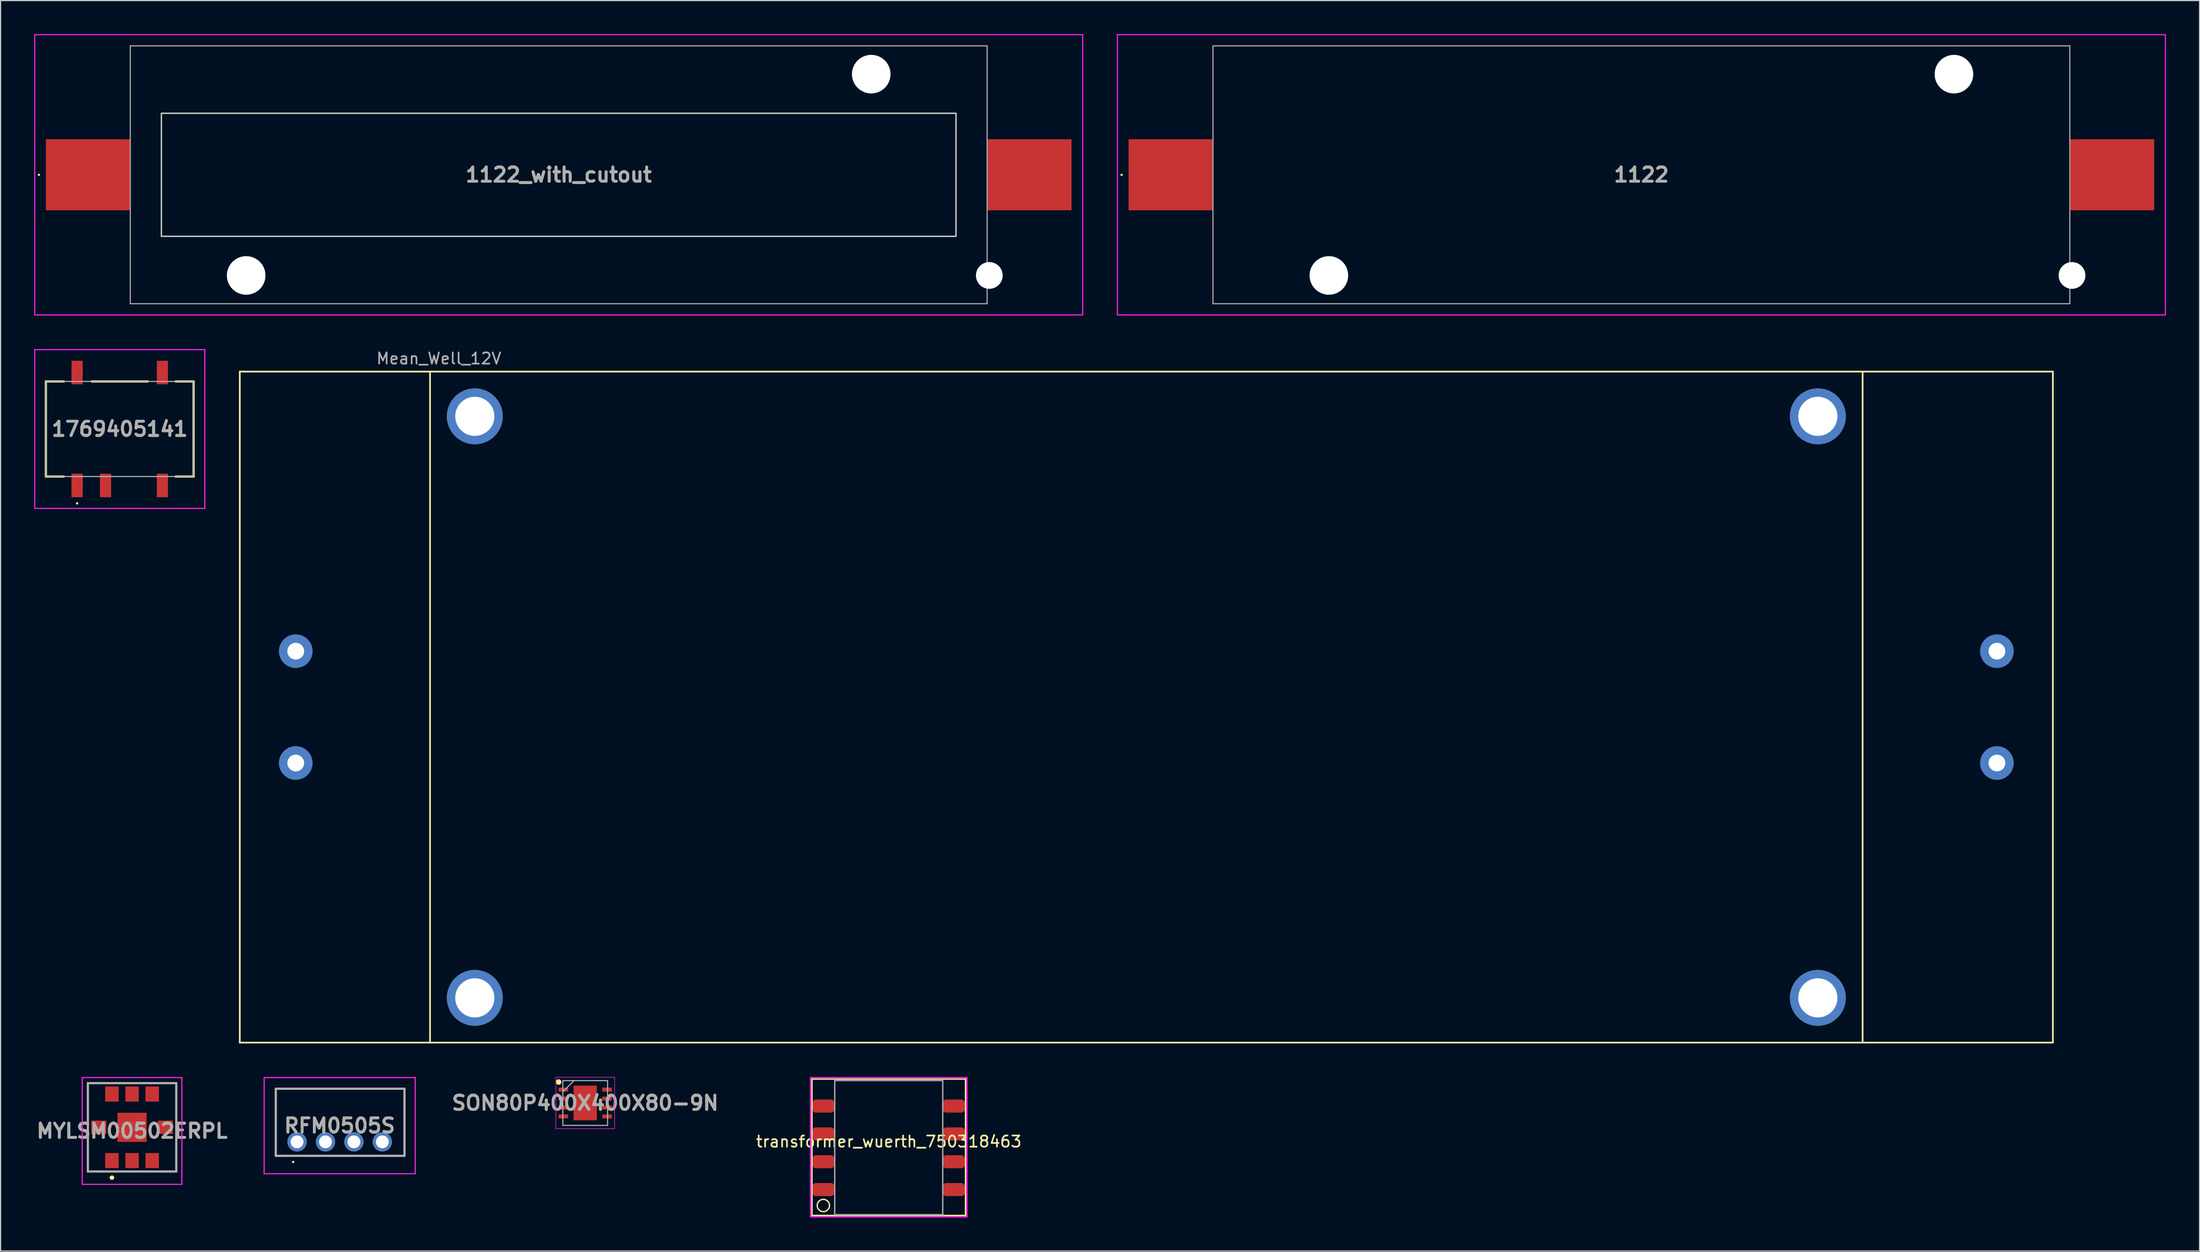
<source format=kicad_pcb>
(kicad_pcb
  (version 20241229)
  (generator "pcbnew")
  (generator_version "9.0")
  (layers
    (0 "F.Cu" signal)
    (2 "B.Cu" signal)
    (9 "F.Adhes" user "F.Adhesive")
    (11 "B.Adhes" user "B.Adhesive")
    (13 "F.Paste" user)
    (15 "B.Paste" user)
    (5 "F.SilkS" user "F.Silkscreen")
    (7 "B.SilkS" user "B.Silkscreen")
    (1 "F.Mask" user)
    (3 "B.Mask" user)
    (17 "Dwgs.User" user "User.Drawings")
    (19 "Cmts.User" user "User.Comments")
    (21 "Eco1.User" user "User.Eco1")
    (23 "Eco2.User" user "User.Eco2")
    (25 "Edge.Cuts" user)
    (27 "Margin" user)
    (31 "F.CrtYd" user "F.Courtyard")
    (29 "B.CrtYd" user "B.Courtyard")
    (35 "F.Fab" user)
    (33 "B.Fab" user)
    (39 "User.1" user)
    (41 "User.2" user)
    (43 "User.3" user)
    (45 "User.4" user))
  (footprint "SON80P400X400X80-9N"
    (layer "F.Cu")
    (at 49.239 95.577)
    (property "Reference" "SON80P400X400X80-9N" (at 0 0 0) (layer "F.SilkS") (effects (font (size 1.27 1.27) (thickness 0.254))))
    (attr smd)
    (fp_circle (center -2.375 -1.875) (end -2.375 -1.75) (stroke (width 0.25) (type solid)) (fill no) (layer "F.SilkS"))
    (fp_line (start -2.625 -2.3) (end 2.625 -2.3) (stroke (width 0.05) (type solid)) (layer "F.CrtYd"))
    (fp_line (start -2.625 2.3) (end -2.625 -2.3) (stroke (width 0.05) (type solid)) (layer "F.CrtYd"))
    (fp_line (start 2.625 -2.3) (end 2.625 2.3) (stroke (width 0.05) (type solid)) (layer "F.CrtYd"))
    (fp_line (start 2.625 2.3) (end -2.625 2.3) (stroke (width 0.05) (type solid)) (layer "F.CrtYd"))
    (fp_line (start -2 -2) (end 2 -2) (stroke (width 0.1) (type solid)) (layer "F.Fab"))
    (fp_line (start -2 -1) (end -1 -2) (stroke (width 0.1) (type solid)) (layer "F.Fab"))
    (fp_line (start -2 2) (end -2 -2) (stroke (width 0.1) (type solid)) (layer "F.Fab"))
    (fp_line (start 2 -2) (end 2 2) (stroke (width 0.1) (type solid)) (layer "F.Fab"))
    (fp_line (start 2 2) (end -2 2) (stroke (width 0.1) (type solid)) (layer "F.Fab"))
    (fp_text user "${REFERENCE}" (at 0 0 0) (layer "F.Fab") (effects (font (size 1.27 1.27) (thickness 0.254))))
    (pad "1" smd rect (at -1.95 -1.2 90) (size 0.35 0.85) (layers "F.Cu" "F.Mask" "F.Paste"))
    (pad "2" smd rect (at -1.95 -0.4 90) (size 0.35 0.85) (layers "F.Cu" "F.Mask" "F.Paste"))
    (pad "3" smd rect (at -1.95 0.4 90) (size 0.35 0.85) (layers "F.Cu" "F.Mask" "F.Paste"))
    (pad "4" smd rect (at -1.95 1.2 90) (size 0.35 0.85) (layers "F.Cu" "F.Mask" "F.Paste"))
    (pad "5" smd rect (at 1.95 1.2 90) (size 0.35 0.85) (layers "F.Cu" "F.Mask" "F.Paste"))
    (pad "6" smd rect (at 1.95 0.4 90) (size 0.35 0.85) (layers "F.Cu" "F.Mask" "F.Paste"))
    (pad "7" smd rect (at 1.95 -0.4 90) (size 0.35 0.85) (layers "F.Cu" "F.Mask" "F.Paste"))
    (pad "8" smd rect (at 1.95 -1.2 90) (size 0.35 0.85) (layers "F.Cu" "F.Mask" "F.Paste"))
    (pad "9" smd rect (at 0 0) (size 2.08 3.1) (layers "F.Cu" "F.Mask" "F.Paste")))
  (footprint "Mean_Well_12V"
    (layer "F.Cu")
    (at 35.375 30.177)
    (property "Reference" "Mean_Well_12V" (at 0.787 -1.168 0) (layer "F.Fab") (effects (font (size 1 1) (thickness 0.15))))
    (attr through_hole)
    (fp_line (start -17 0) (end -17 60) (stroke (width 0.15) (type solid)) (layer "F.SilkS"))
    (fp_line (start -17 0) (end 145 0) (stroke (width 0.15) (type solid)) (layer "F.SilkS"))
    (fp_line (start -17 60) (end 145 60) (stroke (width 0.15) (type solid)) (layer "F.SilkS"))
    (fp_line (start 0 0) (end 0 60) (stroke (width 0.15) (type solid)) (layer "F.SilkS"))
    (fp_line (start 128 0) (end 128 60) (stroke (width 0.15) (type solid)) (layer "F.SilkS"))
    (fp_line (start 145 0) (end 145 60) (stroke (width 0.15) (type solid)) (layer "F.SilkS"))
    (pad "" np_thru_hole circle (at 4 4) (size 5 5) (drill 3.5) (layers "*.Cu" "*.Mask"))
    (pad "" np_thru_hole circle (at 4 56) (size 5 5) (drill 3.5) (layers "*.Cu" "*.Mask"))
    (pad "" np_thru_hole circle (at 124 4) (size 5 5) (drill 3.5) (layers "*.Cu" "*.Mask"))
    (pad "" np_thru_hole circle (at 124 56) (size 5 5) (drill 3.5) (layers "*.Cu" "*.Mask"))
    (pad "1" thru_hole circle (at -12 25) (size 3 3) (drill 1.5) (layers "*.Cu" "*.Mask"))
    (pad "2" thru_hole circle (at -12 35) (size 3 3) (drill 1.5) (layers "*.Cu" "*.Mask"))
    (pad "3" thru_hole circle (at 140 35) (size 3 3) (drill 1.5) (layers "*.Cu" "*.Mask"))
    (pad "4" thru_hole circle (at 140 25) (size 3 3) (drill 1.5) (layers "*.Cu" "*.Mask")))
  (footprint "MYLSM00502ERPL"
    (layer "F.Cu")
    (at 8.751 97.752)
    (property "Reference" "MYLSM00502ERPL" (at 0 0.325 0) (layer "F.SilkS") (effects (font (size 1.27 1.27) (thickness 0.254))))
    (attr smd)
    (fp_line (start -3.95 -3.95) (end 3.95 -3.95) (stroke (width 0.1) (type solid)) (layer "F.SilkS"))
    (fp_line (start -3.95 3.95) (end -3.95 -3.95) (stroke (width 0.1) (type solid)) (layer "F.SilkS"))
    (fp_line (start -1.9 4.5) (end -1.9 4.5) (stroke (width 0.2) (type solid)) (layer "F.SilkS"))
    (fp_line (start -1.7 4.5) (end -1.7 4.5) (stroke (width 0.2) (type solid)) (layer "F.SilkS"))
    (fp_line (start 3.95 -3.95) (end 3.95 3.95) (stroke (width 0.1) (type solid)) (layer "F.SilkS"))
    (fp_line (start 3.95 3.95) (end -3.95 3.95) (stroke (width 0.1) (type solid)) (layer "F.SilkS"))
    (fp_arc (start -1.9 4.5) (mid -1.8 4.4) (end -1.7 4.5) (stroke (width 0.2) (type solid)) (layer "F.SilkS"))
    (fp_arc (start -1.7 4.5) (mid -1.8 4.6) (end -1.9 4.5) (stroke (width 0.2) (type solid)) (layer "F.SilkS"))
    (fp_line (start -4.45 -4.45) (end 4.45 -4.45) (stroke (width 0.1) (type solid)) (layer "F.CrtYd"))
    (fp_line (start -4.45 5.1) (end -4.45 -4.45) (stroke (width 0.1) (type solid)) (layer "F.CrtYd"))
    (fp_line (start 4.45 -4.45) (end 4.45 5.1) (stroke (width 0.1) (type solid)) (layer "F.CrtYd"))
    (fp_line (start 4.45 5.1) (end -4.45 5.1) (stroke (width 0.1) (type solid)) (layer "F.CrtYd"))
    (fp_line (start -3.95 -3.95) (end 3.95 -3.95) (stroke (width 0.2) (type solid)) (layer "F.Fab"))
    (fp_line (start -3.95 3.95) (end -3.95 -3.95) (stroke (width 0.2) (type solid)) (layer "F.Fab"))
    (fp_line (start 3.95 -3.95) (end 3.95 3.95) (stroke (width 0.2) (type solid)) (layer "F.Fab"))
    (fp_line (start 3.95 3.95) (end -3.95 3.95) (stroke (width 0.2) (type solid)) (layer "F.Fab"))
    (fp_text user "${REFERENCE}" (at 0 0.325 0) (layer "F.Fab") (effects (font (size 1.27 1.27) (thickness 0.254))))
    (pad "1" smd rect (at -1.8 2.975) (size 1.2 1.35) (layers "F.Cu" "F.Mask" "F.Paste"))
    (pad "2" smd rect (at 0 2.975) (size 1.2 1.35) (layers "F.Cu" "F.Mask" "F.Paste"))
    (pad "3" smd rect (at 1.8 2.975) (size 1.2 1.35) (layers "F.Cu" "F.Mask" "F.Paste"))
    (pad "4" smd rect (at 2.975 0 90) (size 1.2 1.35) (layers "F.Cu" "F.Mask" "F.Paste"))
    (pad "5" smd rect (at 1.8 -2.975) (size 1.2 1.35) (layers "F.Cu" "F.Mask" "F.Paste"))
    (pad "6" smd rect (at 0 -2.975) (size 1.2 1.35) (layers "F.Cu" "F.Mask" "F.Paste"))
    (pad "7" smd rect (at -1.8 -2.975) (size 1.2 1.35) (layers "F.Cu" "F.Mask" "F.Paste"))
    (pad "8" smd rect (at -2.975 0 90) (size 1.2 1.35) (layers "F.Cu" "F.Mask" "F.Paste"))
    (pad "9" smd rect (at 0 0 90) (size 2.6 2.6) (layers "F.Cu" "F.Mask" "F.Paste")))
  (footprint "1769405141"
    (layer "F.Cu")
    (at 7.65 35.31)
    (property "Reference" "1769405141" (at 0 0 0) (layer "F.SilkS") (effects (font (size 1.27 1.27) (thickness 0.254))))
    (attr smd)
    (fp_line (start -6.6 -4.25) (end -6.6 4.25) (stroke (width 0.2) (type solid)) (layer "F.SilkS"))
    (fp_line (start -6.6 4.25) (end -5 4.25) (stroke (width 0.2) (type solid)) (layer "F.SilkS"))
    (fp_line (start -5 -4.25) (end -6.6 -4.25) (stroke (width 0.2) (type solid)) (layer "F.SilkS"))
    (fp_line (start -3.81 6.6) (end -3.81 6.6) (stroke (width 0.1) (type solid)) (layer "F.SilkS"))
    (fp_line (start -3.81 6.7) (end -3.81 6.7) (stroke (width 0.1) (type solid)) (layer "F.SilkS"))
    (fp_line (start 2.5 -4.25) (end -2.5 -4.25) (stroke (width 0.2) (type solid)) (layer "F.SilkS"))
    (fp_line (start 5 -4.25) (end 6.6 -4.25) (stroke (width 0.2) (type solid)) (layer "F.SilkS"))
    (fp_line (start 6.6 -4.25) (end 6.6 4.25) (stroke (width 0.2) (type solid)) (layer "F.SilkS"))
    (fp_line (start 6.6 4.25) (end 5 4.25) (stroke (width 0.2) (type solid)) (layer "F.SilkS"))
    (fp_arc (start -3.81 6.6) (mid -3.76 6.65) (end -3.81 6.7) (stroke (width 0.1) (type solid)) (layer "F.SilkS"))
    (fp_arc (start -3.81 6.7) (mid -3.86 6.65) (end -3.81 6.6) (stroke (width 0.1) (type solid)) (layer "F.SilkS"))
    (fp_line (start -7.6 -7.1) (end 7.6 -7.1) (stroke (width 0.1) (type solid)) (layer "F.CrtYd"))
    (fp_line (start -7.6 7.1) (end -7.6 -7.1) (stroke (width 0.1) (type solid)) (layer "F.CrtYd"))
    (fp_line (start 7.6 -7.1) (end 7.6 7.1) (stroke (width 0.1) (type solid)) (layer "F.CrtYd"))
    (fp_line (start 7.6 7.1) (end -7.6 7.1) (stroke (width 0.1) (type solid)) (layer "F.CrtYd"))
    (fp_line (start -6.6 -4.25) (end 6.6 -4.25) (stroke (width 0.1) (type solid)) (layer "F.Fab"))
    (fp_line (start -6.6 4.25) (end -6.6 -4.25) (stroke (width 0.1) (type solid)) (layer "F.Fab"))
    (fp_line (start 6.6 -4.25) (end 6.6 4.25) (stroke (width 0.1) (type solid)) (layer "F.Fab"))
    (fp_line (start 6.6 4.25) (end -6.6 4.25) (stroke (width 0.1) (type solid)) (layer "F.Fab"))
    (fp_text user "${REFERENCE}" (at 0 0 0) (layer "F.Fab") (effects (font (size 1.27 1.27) (thickness 0.254))))
    (pad "1" smd rect (at -3.81 5.05) (size 1 2.1) (layers "F.Cu" "F.Mask" "F.Paste"))
    (pad "2" smd rect (at -1.27 5.05) (size 1 2.1) (layers "F.Cu" "F.Mask" "F.Paste"))
    (pad "4" smd rect (at 3.81 5.05) (size 1 2.1) (layers "F.Cu" "F.Mask" "F.Paste"))
    (pad "5" smd rect (at 3.81 -5.05) (size 1 2.1) (layers "F.Cu" "F.Mask" "F.Paste"))
    (pad "8" smd rect (at -3.81 -5.05) (size 1 2.1) (layers "F.Cu" "F.Mask" "F.Paste")))
  (footprint "1122_with_cutout"
    (layer "F.Cu")
    (at 46.87 12.58)
    (property "Reference" "1122_with_cutout" (at 0 0 0) (layer "F.SilkS") (effects (font (size 1.27 1.27) (thickness 0.254))))
    (attr through_hole)
    (fp_line (start -46.5 0) (end -46.5 0) (stroke (width 0.1) (type solid)) (layer "F.SilkS"))
    (fp_line (start -46.4 0) (end -46.4 0) (stroke (width 0.1) (type solid)) (layer "F.SilkS"))
    (fp_arc (start -46.5 0) (mid -46.45 -0.05) (end -46.4 0) (stroke (width 0.1) (type solid)) (layer "F.SilkS"))
    (fp_arc (start -46.4 0) (mid -46.45 0.05) (end -46.5 0) (stroke (width 0.1) (type solid)) (layer "F.SilkS"))
    (fp_rect (start -35.5 -5.5) (end 35.5 5.5) (stroke (width 0.12) (type solid)) (fill no) (layer "Edge.Cuts"))
    (fp_line (start -46.82 -12.53) (end 46.82 -12.53) (stroke (width 0.1) (type solid)) (layer "F.CrtYd"))
    (fp_line (start -46.82 12.53) (end -46.82 -12.53) (stroke (width 0.1) (type solid)) (layer "F.CrtYd"))
    (fp_line (start 46.82 -12.53) (end 46.82 12.53) (stroke (width 0.1) (type solid)) (layer "F.CrtYd"))
    (fp_line (start 46.82 12.53) (end -46.82 12.53) (stroke (width 0.1) (type solid)) (layer "F.CrtYd"))
    (fp_line (start -38.28 -11.53) (end 38.28 -11.53) (stroke (width 0.1) (type solid)) (layer "F.Fab"))
    (fp_line (start -38.28 11.53) (end -38.28 -11.53) (stroke (width 0.1) (type solid)) (layer "F.Fab"))
    (fp_line (start 38.28 -11.53) (end 38.28 11.53) (stroke (width 0.1) (type solid)) (layer "F.Fab"))
    (fp_line (start 38.28 11.53) (end -38.28 11.53) (stroke (width 0.1) (type solid)) (layer "F.Fab"))
    (fp_text user "${REFERENCE}" (at 0 0 0) (layer "F.Fab") (effects (font (size 1.27 1.27) (thickness 0.254))))
    (pad "" np_thru_hole circle (at -27.925 9) (size 3.45 3.45) (drill 3.45) (layers "*.Cu" "*.Mask"))
    (pad "" np_thru_hole circle (at 27.925 -9) (size 3.45 3.45) (drill 3.45) (layers "*.Cu" "*.Mask"))
    (pad "" np_thru_hole circle (at 38.475 9) (size 2.39 2.39) (drill 2.39) (layers "*.Cu" "*.Mask"))
    (pad "1" smd rect (at -42.05 0 90) (size 6.35 7.54) (layers "F.Cu" "F.Mask" "F.Paste"))
    (pad "2" smd rect (at 42.05 0 90) (size 6.35 7.54) (layers "F.Cu" "F.Mask" "F.Paste")))
  (footprint "RFM0505S"
    (layer "F.Cu")
    (at 23.492 99.052)
    (property "Reference" "RFM0505S" (at 3.81 -1.45 0) (layer "F.SilkS") (effects (font (size 1.27 1.27) (thickness 0.254))))
    (attr through_hole)
    (fp_line (start -1.9 -4.75) (end 9.6 -4.75) (stroke (width 0.1) (type solid)) (layer "F.SilkS"))
    (fp_line (start -1.9 1.25) (end -1.9 -4.75) (stroke (width 0.1) (type solid)) (layer "F.SilkS"))
    (fp_line (start -0.4 1.8) (end -0.4 1.8) (stroke (width 0.1) (type solid)) (layer "F.SilkS"))
    (fp_line (start -0.3 1.8) (end -0.3 1.8) (stroke (width 0.1) (type solid)) (layer "F.SilkS"))
    (fp_line (start 9.6 -4.75) (end 9.6 1.25) (stroke (width 0.1) (type solid)) (layer "F.SilkS"))
    (fp_line (start 9.6 1.25) (end -1.9 1.25) (stroke (width 0.1) (type solid)) (layer "F.SilkS"))
    (fp_arc (start -0.4 1.8) (mid -0.35 1.75) (end -0.3 1.8) (stroke (width 0.1) (type solid)) (layer "F.SilkS"))
    (fp_arc (start -0.3 1.8) (mid -0.35 1.85) (end -0.4 1.8) (stroke (width 0.1) (type solid)) (layer "F.SilkS"))
    (fp_line (start -2.94 -5.75) (end 10.56 -5.75) (stroke (width 0.1) (type solid)) (layer "F.CrtYd"))
    (fp_line (start -2.94 2.85) (end -2.94 -5.75) (stroke (width 0.1) (type solid)) (layer "F.CrtYd"))
    (fp_line (start 10.56 -5.75) (end 10.56 2.85) (stroke (width 0.1) (type solid)) (layer "F.CrtYd"))
    (fp_line (start 10.56 2.85) (end -2.94 2.85) (stroke (width 0.1) (type solid)) (layer "F.CrtYd"))
    (fp_line (start -1.9 -4.75) (end 9.6 -4.75) (stroke (width 0.2) (type solid)) (layer "F.Fab"))
    (fp_line (start -1.9 1.25) (end -1.9 -4.75) (stroke (width 0.2) (type solid)) (layer "F.Fab"))
    (fp_line (start 9.6 -4.75) (end 9.6 1.25) (stroke (width 0.2) (type solid)) (layer "F.Fab"))
    (fp_line (start 9.6 1.25) (end -1.9 1.25) (stroke (width 0.2) (type solid)) (layer "F.Fab"))
    (fp_text user "${REFERENCE}" (at 3.81 -1.45 0) (layer "F.Fab") (effects (font (size 1.27 1.27) (thickness 0.254))))
    (pad "1" thru_hole circle (at 0 0) (size 1.725 1.725) (drill 1.15) (layers "*.Cu" "*.Mask"))
    (pad "2" thru_hole circle (at 2.54 0) (size 1.725 1.725) (drill 1.15) (layers "*.Cu" "*.Mask"))
    (pad "3" thru_hole circle (at 5.08 0) (size 1.725 1.725) (drill 1.15) (layers "*.Cu" "*.Mask"))
    (pad "4" thru_hole circle (at 7.62 0) (size 1.725 1.725) (drill 1.15) (layers "*.Cu" "*.Mask")))
  (footprint "1122"
    (layer "F.Cu")
    (at 143.61 12.58)
    (property "Reference" "1122" (at 0 0 0) (layer "F.SilkS") (effects (font (size 1.27 1.27) (thickness 0.254))))
    (attr through_hole)
    (fp_line (start -46.5 0) (end -46.5 0) (stroke (width 0.1) (type solid)) (layer "F.SilkS"))
    (fp_line (start -46.4 0) (end -46.4 0) (stroke (width 0.1) (type solid)) (layer "F.SilkS"))
    (fp_arc (start -46.5 0) (mid -46.45 -0.05) (end -46.4 0) (stroke (width 0.1) (type solid)) (layer "F.SilkS"))
    (fp_arc (start -46.4 0) (mid -46.45 0.05) (end -46.5 0) (stroke (width 0.1) (type solid)) (layer "F.SilkS"))
    (fp_line (start -46.82 -12.53) (end 46.82 -12.53) (stroke (width 0.1) (type solid)) (layer "F.CrtYd"))
    (fp_line (start -46.82 12.53) (end -46.82 -12.53) (stroke (width 0.1) (type solid)) (layer "F.CrtYd"))
    (fp_line (start 46.82 -12.53) (end 46.82 12.53) (stroke (width 0.1) (type solid)) (layer "F.CrtYd"))
    (fp_line (start 46.82 12.53) (end -46.82 12.53) (stroke (width 0.1) (type solid)) (layer "F.CrtYd"))
    (fp_line (start -38.28 -11.53) (end 38.28 -11.53) (stroke (width 0.1) (type solid)) (layer "F.Fab"))
    (fp_line (start -38.28 11.53) (end -38.28 -11.53) (stroke (width 0.1) (type solid)) (layer "F.Fab"))
    (fp_line (start 38.28 -11.53) (end 38.28 11.53) (stroke (width 0.1) (type solid)) (layer "F.Fab"))
    (fp_line (start 38.28 11.53) (end -38.28 11.53) (stroke (width 0.1) (type solid)) (layer "F.Fab"))
    (fp_text user "${REFERENCE}" (at 0 0 0) (layer "F.Fab") (effects (font (size 1.27 1.27) (thickness 0.254))))
    (pad "" np_thru_hole circle (at -27.925 9) (size 3.45 3.45) (drill 3.45) (layers "*.Cu" "*.Mask"))
    (pad "" np_thru_hole circle (at 27.925 -9) (size 3.45 3.45) (drill 3.45) (layers "*.Cu" "*.Mask"))
    (pad "" np_thru_hole circle (at 38.475 9) (size 2.39 2.39) (drill 2.39) (layers "*.Cu" "*.Mask"))
    (pad "1" smd rect (at -42.05 0 90) (size 6.35 7.54) (layers "F.Cu" "F.Mask" "F.Paste"))
    (pad "2" smd rect (at 42.05 0 90) (size 6.35 7.54) (layers "F.Cu" "F.Mask" "F.Paste")))
  (footprint "transformer_wuerth_750318463"
    (layer "F.Cu")
    (at 70.517 95.852)
    (property "Reference" "transformer_wuerth_750318463" (at 5.842 3.175 0) (layer "F.SilkS") (effects (font (size 1 1) (thickness 0.15))))
    (attr through_hole)
    (fp_line (start -1.016 -2.413) (end 12.7 -2.413) (stroke (width 0.12) (type solid)) (layer "F.SilkS"))
    (fp_line (start -1.016 9.779) (end -1.016 -2.413) (stroke (width 0.12) (type solid)) (layer "F.SilkS"))
    (fp_line (start 12.7 -2.413) (end 12.7 9.779) (stroke (width 0.12) (type solid)) (layer "F.SilkS"))
    (fp_line (start 12.7 9.779) (end -1.016 9.779) (stroke (width 0.12) (type solid)) (layer "F.SilkS"))
    (fp_circle (center 0 8.89) (end 0.55 8.89) (stroke (width 0.12) (type solid)) (fill no) (layer "F.SilkS"))
    (fp_line (start -1.143 -2.54) (end 12.827 -2.54) (stroke (width 0.12) (type solid)) (layer "F.CrtYd"))
    (fp_line (start -1.143 9.906) (end -1.143 -2.54) (stroke (width 0.12) (type solid)) (layer "F.CrtYd"))
    (fp_line (start 12.827 -2.54) (end 12.827 9.906) (stroke (width 0.12) (type solid)) (layer "F.CrtYd"))
    (fp_line (start 12.827 9.906) (end -1.143 9.906) (stroke (width 0.12) (type solid)) (layer "F.CrtYd"))
    (fp_line (start 1.016 -2.286) (end 10.668 -2.286) (stroke (width 0.12) (type solid)) (layer "F.Fab"))
    (fp_line (start 1.016 -2.248) (end 1.016 9.716) (stroke (width 0.12) (type solid)) (layer "F.Fab"))
    (fp_line (start 10.668 -2.248) (end 10.668 9.716) (stroke (width 0.12) (type solid)) (layer "F.Fab"))
    (fp_line (start 10.668 9.716) (end 1.016 9.716) (stroke (width 0.12) (type solid)) (layer "F.Fab"))
    (pad "1" smd roundrect (at 0 7.467) (size 1.956 1.168) (layers "F.Cu" "F.Mask" "F.Paste") (roundrect_rratio 0.25))
    (pad "2" smd roundrect (at 0 4.978) (size 1.956 1.168) (layers "F.Cu" "F.Mask" "F.Paste") (roundrect_rratio 0.25))
    (pad "3" smd roundrect (at 0 2.489) (size 1.956 1.168) (layers "F.Cu" "F.Mask" "F.Paste") (roundrect_rratio 0.25))
    (pad "4" smd roundrect (at 0 0) (size 1.956 1.168) (layers "F.Cu" "F.Mask" "F.Paste") (roundrect_rratio 0.25))
    (pad "5" smd roundrect (at 11.659 0) (size 1.956 1.168) (layers "F.Cu" "F.Mask" "F.Paste") (roundrect_rratio 0.25))
    (pad "6" smd roundrect (at 11.659 2.489) (size 1.956 1.168) (layers "F.Cu" "F.Mask" "F.Paste") (roundrect_rratio 0.25))
    (pad "7" smd roundrect (at 11.659 4.978) (size 1.956 1.168) (layers "F.Cu" "F.Mask" "F.Paste") (roundrect_rratio 0.25))
    (pad "8" smd roundrect (at 11.659 7.467) (size 1.956 1.168) (layers "F.Cu" "F.Mask" "F.Paste") (roundrect_rratio 0.25)))
  (gr_rect
    (start -3 -3)
    (end 193.48 108.818)
    (stroke (width 0.1) (type default))
    (fill no)
    (layer "Edge.Cuts")))
</source>
